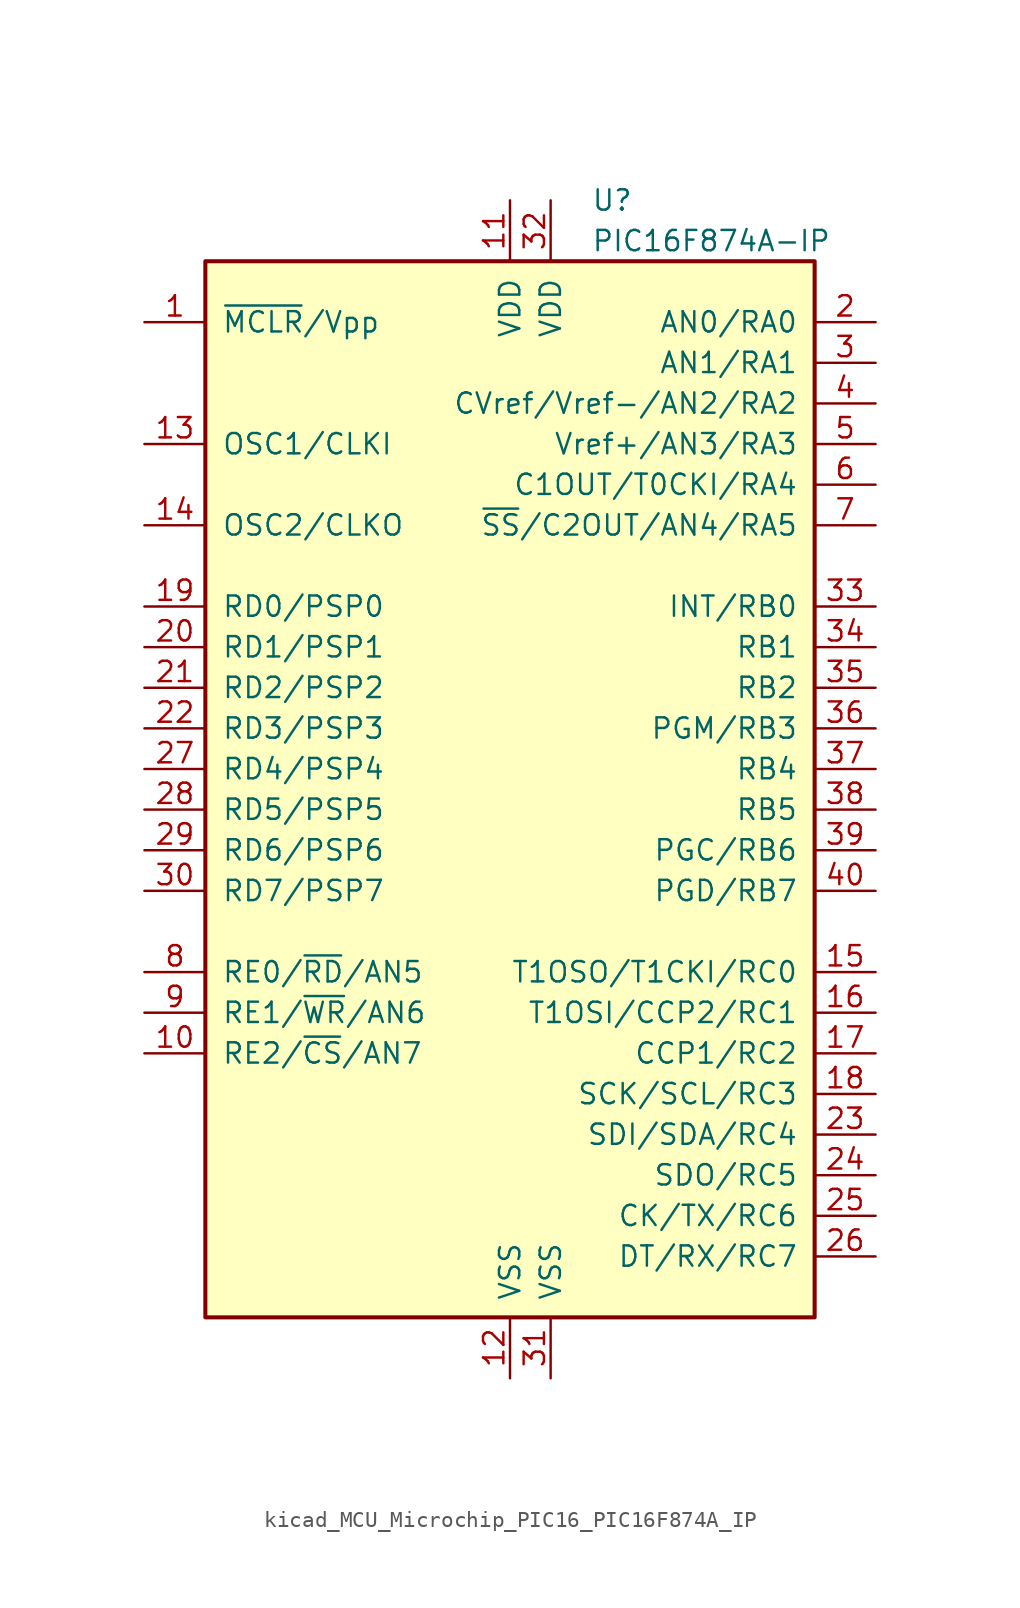
<source format=kicad_sym>
(kicad_symbol_lib
  (version 20220914)
  (generator kicad_symbol_editor)
  (symbol "kicad_MCU_Microchip_PIC16_PIC16F874A_IP"
    (pin_names
      (offset 1.016))
    (property "Reference" "U"
      (at 5.08 35.56 0)
      (effects (font (size 1.27 1.27)) (justify left)))
    (property "Value" "PIC16F874A-IP"
      (at 5.08 33.02 0)
      (effects (font (size 1.27 1.27)) (justify left)))
    (symbol "kicad_MCU_Microchip_PIC16_PIC16F874A_IP_0_1"
      (rectangle (start -19.05 31.75) (end 19.05 -34.29) (stroke (width 0.254) (type default)) (fill (type background))))
    (symbol "kicad_MCU_Microchip_PIC16_PIC16F874A_IP_1_1"
      (pin input line (at -22.86 27.94 0) (length 3.81) (name "~{MCLR}/Vpp" (effects (font (size 1.27 1.27)))) (number "1" (effects (font (size 1.27 1.27)))))
      (pin bidirectional line (at -22.86 -17.78 0) (length 3.81) (name "RE2/~{CS}/AN7" (effects (font (size 1.27 1.27)))) (number "10" (effects (font (size 1.27 1.27)))))
      (pin power_in line (at 0 35.56 270) (length 3.81) (name "VDD" (effects (font (size 1.27 1.27)))) (number "11" (effects (font (size 1.27 1.27)))))
      (pin power_in line (at 0 -38.1 90) (length 3.81) (name "VSS" (effects (font (size 1.27 1.27)))) (number "12" (effects (font (size 1.27 1.27)))))
      (pin input line (at -22.86 20.32 0) (length 3.81) (name "OSC1/CLKI" (effects (font (size 1.27 1.27)))) (number "13" (effects (font (size 1.27 1.27)))))
      (pin output line (at -22.86 15.24 0) (length 3.81) (name "OSC2/CLKO" (effects (font (size 1.27 1.27)))) (number "14" (effects (font (size 1.27 1.27)))))
      (pin bidirectional line (at 22.86 -12.7 180) (length 3.81) (name "T1OSO/T1CKI/RC0" (effects (font (size 1.27 1.27)))) (number "15" (effects (font (size 1.27 1.27)))))
      (pin bidirectional line (at 22.86 -15.24 180) (length 3.81) (name "T1OSI/CCP2/RC1" (effects (font (size 1.27 1.27)))) (number "16" (effects (font (size 1.27 1.27)))))
      (pin bidirectional line (at 22.86 -17.78 180) (length 3.81) (name "CCP1/RC2" (effects (font (size 1.27 1.27)))) (number "17" (effects (font (size 1.27 1.27)))))
      (pin bidirectional line (at 22.86 -20.32 180) (length 3.81) (name "SCK/SCL/RC3" (effects (font (size 1.27 1.27)))) (number "18" (effects (font (size 1.27 1.27)))))
      (pin bidirectional line (at -22.86 10.16 0) (length 3.81) (name "RD0/PSP0" (effects (font (size 1.27 1.27)))) (number "19" (effects (font (size 1.27 1.27)))))
      (pin bidirectional line (at 22.86 27.94 180) (length 3.81) (name "AN0/RA0" (effects (font (size 1.27 1.27)))) (number "2" (effects (font (size 1.27 1.27)))))
      (pin bidirectional line (at -22.86 7.62 0) (length 3.81) (name "RD1/PSP1" (effects (font (size 1.27 1.27)))) (number "20" (effects (font (size 1.27 1.27)))))
      (pin bidirectional line (at -22.86 5.08 0) (length 3.81) (name "RD2/PSP2" (effects (font (size 1.27 1.27)))) (number "21" (effects (font (size 1.27 1.27)))))
      (pin bidirectional line (at -22.86 2.54 0) (length 3.81) (name "RD3/PSP3" (effects (font (size 1.27 1.27)))) (number "22" (effects (font (size 1.27 1.27)))))
      (pin bidirectional line (at 22.86 -22.86 180) (length 3.81) (name "SDI/SDA/RC4" (effects (font (size 1.27 1.27)))) (number "23" (effects (font (size 1.27 1.27)))))
      (pin bidirectional line (at 22.86 -25.4 180) (length 3.81) (name "SDO/RC5" (effects (font (size 1.27 1.27)))) (number "24" (effects (font (size 1.27 1.27)))))
      (pin bidirectional line (at 22.86 -27.94 180) (length 3.81) (name "CK/TX/RC6" (effects (font (size 1.27 1.27)))) (number "25" (effects (font (size 1.27 1.27)))))
      (pin bidirectional line (at 22.86 -30.48 180) (length 3.81) (name "DT/RX/RC7" (effects (font (size 1.27 1.27)))) (number "26" (effects (font (size 1.27 1.27)))))
      (pin bidirectional line (at -22.86 0 0) (length 3.81) (name "RD4/PSP4" (effects (font (size 1.27 1.27)))) (number "27" (effects (font (size 1.27 1.27)))))
      (pin bidirectional line (at -22.86 -2.54 0) (length 3.81) (name "RD5/PSP5" (effects (font (size 1.27 1.27)))) (number "28" (effects (font (size 1.27 1.27)))))
      (pin bidirectional line (at -22.86 -5.08 0) (length 3.81) (name "RD6/PSP6" (effects (font (size 1.27 1.27)))) (number "29" (effects (font (size 1.27 1.27)))))
      (pin bidirectional line (at 22.86 25.4 180) (length 3.81) (name "AN1/RA1" (effects (font (size 1.27 1.27)))) (number "3" (effects (font (size 1.27 1.27)))))
      (pin bidirectional line (at -22.86 -7.62 0) (length 3.81) (name "RD7/PSP7" (effects (font (size 1.27 1.27)))) (number "30" (effects (font (size 1.27 1.27)))))
      (pin power_in line (at 2.54 -38.1 90) (length 3.81) (name "VSS" (effects (font (size 1.27 1.27)))) (number "31" (effects (font (size 1.27 1.27)))))
      (pin power_in line (at 2.54 35.56 270) (length 3.81) (name "VDD" (effects (font (size 1.27 1.27)))) (number "32" (effects (font (size 1.27 1.27)))))
      (pin bidirectional line (at 22.86 10.16 180) (length 3.81) (name "INT/RB0" (effects (font (size 1.27 1.27)))) (number "33" (effects (font (size 1.27 1.27)))))
      (pin bidirectional line (at 22.86 7.62 180) (length 3.81) (name "RB1" (effects (font (size 1.27 1.27)))) (number "34" (effects (font (size 1.27 1.27)))))
      (pin bidirectional line (at 22.86 5.08 180) (length 3.81) (name "RB2" (effects (font (size 1.27 1.27)))) (number "35" (effects (font (size 1.27 1.27)))))
      (pin bidirectional line (at 22.86 2.54 180) (length 3.81) (name "PGM/RB3" (effects (font (size 1.27 1.27)))) (number "36" (effects (font (size 1.27 1.27)))))
      (pin bidirectional line (at 22.86 0 180) (length 3.81) (name "RB4" (effects (font (size 1.27 1.27)))) (number "37" (effects (font (size 1.27 1.27)))))
      (pin bidirectional line (at 22.86 -2.54 180) (length 3.81) (name "RB5" (effects (font (size 1.27 1.27)))) (number "38" (effects (font (size 1.27 1.27)))))
      (pin bidirectional line (at 22.86 -5.08 180) (length 3.81) (name "PGC/RB6" (effects (font (size 1.27 1.27)))) (number "39" (effects (font (size 1.27 1.27)))))
      (pin bidirectional line (at 22.86 22.86 180) (length 3.81) (name "CVref/Vref-/AN2/RA2" (effects (font (size 1.27 1.27)))) (number "4" (effects (font (size 1.27 1.27)))))
      (pin bidirectional line (at 22.86 -7.62 180) (length 3.81) (name "PGD/RB7" (effects (font (size 1.27 1.27)))) (number "40" (effects (font (size 1.27 1.27)))))
      (pin bidirectional line (at 22.86 20.32 180) (length 3.81) (name "Vref+/AN3/RA3" (effects (font (size 1.27 1.27)))) (number "5" (effects (font (size 1.27 1.27)))))
      (pin bidirectional line (at 22.86 17.78 180) (length 3.81) (name "C1OUT/T0CKI/RA4" (effects (font (size 1.27 1.27)))) (number "6" (effects (font (size 1.27 1.27)))))
      (pin bidirectional line (at 22.86 15.24 180) (length 3.81) (name "~{SS}/C2OUT/AN4/RA5" (effects (font (size 1.27 1.27)))) (number "7" (effects (font (size 1.27 1.27)))))
      (pin bidirectional line (at -22.86 -12.7 0) (length 3.81) (name "RE0/~{RD}/AN5" (effects (font (size 1.27 1.27)))) (number "8" (effects (font (size 1.27 1.27)))))
      (pin bidirectional line (at -22.86 -15.24 0) (length 3.81) (name "RE1/~{WR}/AN6" (effects (font (size 1.27 1.27)))) (number "9" (effects (font (size 1.27 1.27))))))))
</source>
